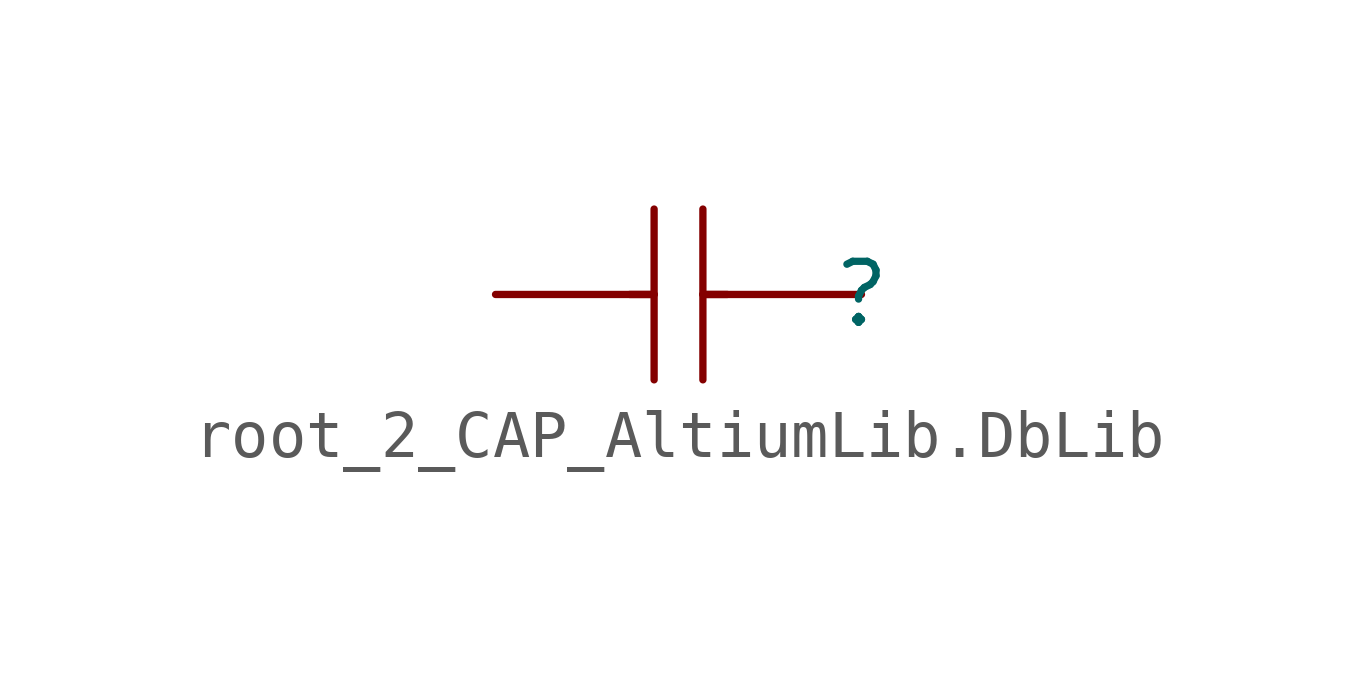
<source format=kicad_sym>
(kicad_symbol_lib
  (version 20241209)
  (generator "kicad_symbol_editor")
  (generator_version "9.0")
  (symbol "root_2_CAP_AltiumLib.DbLib"
    (pin_numbers
      (hide yes))
    (pin_names
      (hide yes))
    (property "Reference" ""
      (at 0 0 0)
      (effects (font (size 1.27 1.27))))
    (property "Value" ""
      (at 0 0 0)
      (effects (font (size 1.27 1.27))))
    (symbol "root_2_CAP_AltiumLib.DbLib_1_0"
      (polyline (pts (xy -4.318 1.778) (xy -4.318 -1.778)) (stroke (width 0) (type solid)) (fill (type none)))
      (polyline (pts (xy -4.318 0) (xy -4.826 0)) (stroke (width 0) (type solid)) (fill (type none)))
      (polyline (pts (xy -3.302 1.778) (xy -3.302 -1.778)) (stroke (width 0) (type solid)) (fill (type none)))
      (polyline (pts (xy -3.302 0) (xy -2.794 0)) (stroke (width 0) (type solid)) (fill (type none)))
      (pin passive line (at -7.62 0 0) (length 3.302) (name "2" (effects (font (size 1.27 1.27)))) (number "2" (effects (font (size 1.27 1.27)))))
      (pin passive line (at 0 0 180) (length 3.302) (name "1" (effects (font (size 1.27 1.27)))) (number "1" (effects (font (size 1.27 1.27))))))))
</source>
